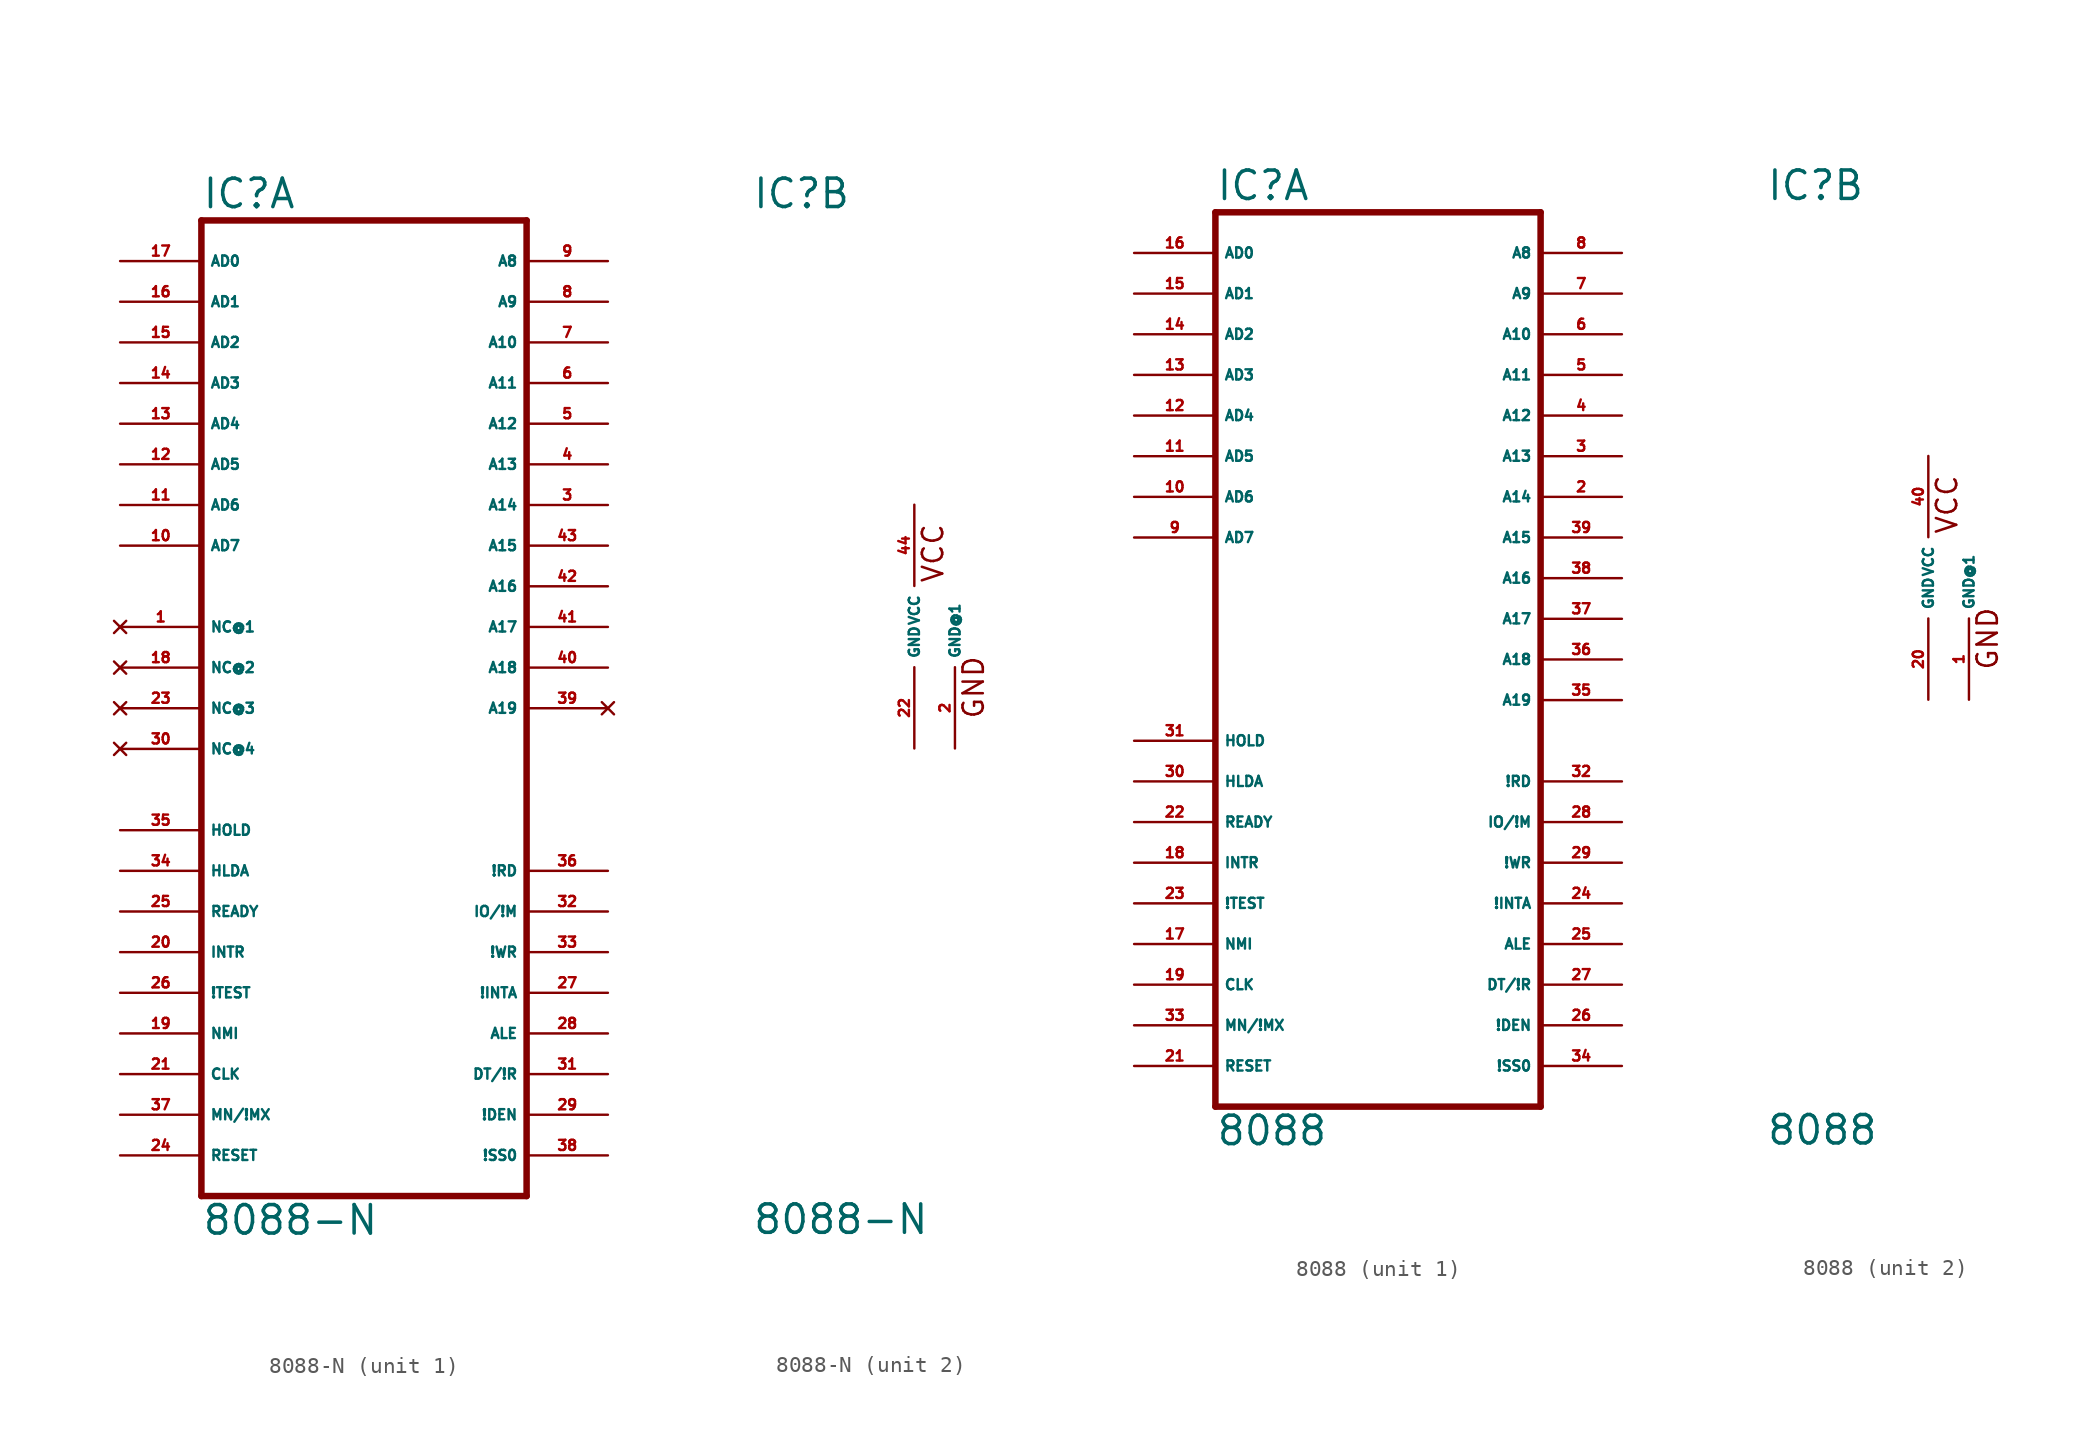
<source format=kicad_sym>
(kicad_symbol_lib
  (version 20220914)
  (generator Eagle2Kicad)
  (symbol "8088-N"
    (property "Reference" "IC"
      (at -10.16 26.035 0)
      (effects (font (size 1.778 1.778) (thickness 0.22)) (justify left bottom)))
    (property "Value" "8088-N"
      (at -10.16 -38.1 0)
      (effects (font (size 1.778 1.778) (thickness 0.22)) (justify left bottom)))
    (symbol "8088-N_1_0"
      (polyline (pts (xy -10.16 -35.56) (xy 10.16 -35.56)) (stroke (width 0.406) (type default)) (fill (type none)))
      (polyline (pts (xy 10.16 -35.56) (xy 10.16 25.4)) (stroke (width 0.406) (type default)) (fill (type none)))
      (polyline (pts (xy 10.16 25.4) (xy -10.16 25.4)) (stroke (width 0.406) (type default)) (fill (type none)))
      (polyline (pts (xy -10.16 25.4) (xy -10.16 -35.56)) (stroke (width 0.406) (type default)) (fill (type none)))
      (pin bidirectional line (at -15.24 22.86 0) (length 5.08) (name "AD0" (effects (font (size 0.635 0.635) (thickness 0.08)) (justify left bottom))) (number "17" (effects (font (size 0.635 0.635) (thickness 0.08)) (justify left bottom))))
      (pin bidirectional line (at -15.24 20.32 0) (length 5.08) (name "AD1" (effects (font (size 0.635 0.635) (thickness 0.08)) (justify left bottom))) (number "16" (effects (font (size 0.635 0.635) (thickness 0.08)) (justify left bottom))))
      (pin bidirectional line (at -15.24 17.78 0) (length 5.08) (name "AD2" (effects (font (size 0.635 0.635) (thickness 0.08)) (justify left bottom))) (number "15" (effects (font (size 0.635 0.635) (thickness 0.08)) (justify left bottom))))
      (pin bidirectional line (at -15.24 15.24 0) (length 5.08) (name "AD3" (effects (font (size 0.635 0.635) (thickness 0.08)) (justify left bottom))) (number "14" (effects (font (size 0.635 0.635) (thickness 0.08)) (justify left bottom))))
      (pin bidirectional line (at -15.24 12.7 0) (length 5.08) (name "AD4" (effects (font (size 0.635 0.635) (thickness 0.08)) (justify left bottom))) (number "13" (effects (font (size 0.635 0.635) (thickness 0.08)) (justify left bottom))))
      (pin bidirectional line (at -15.24 10.16 0) (length 5.08) (name "AD5" (effects (font (size 0.635 0.635) (thickness 0.08)) (justify left bottom))) (number "12" (effects (font (size 0.635 0.635) (thickness 0.08)) (justify left bottom))))
      (pin bidirectional line (at -15.24 7.62 0) (length 5.08) (name "AD6" (effects (font (size 0.635 0.635) (thickness 0.08)) (justify left bottom))) (number "11" (effects (font (size 0.635 0.635) (thickness 0.08)) (justify left bottom))))
      (pin bidirectional line (at -15.24 5.08 0) (length 5.08) (name "AD7" (effects (font (size 0.635 0.635) (thickness 0.08)) (justify left bottom))) (number "10" (effects (font (size 0.635 0.635) (thickness 0.08)) (justify left bottom))))
      (pin output line (at 15.24 22.86 180) (length 5.08) (name "A8" (effects (font (size 0.635 0.635) (thickness 0.08)) (justify left bottom))) (number "9" (effects (font (size 0.635 0.635) (thickness 0.08)) (justify left bottom))))
      (pin output line (at 15.24 20.32 180) (length 5.08) (name "A9" (effects (font (size 0.635 0.635) (thickness 0.08)) (justify left bottom))) (number "8" (effects (font (size 0.635 0.635) (thickness 0.08)) (justify left bottom))))
      (pin output line (at 15.24 17.78 180) (length 5.08) (name "A10" (effects (font (size 0.635 0.635) (thickness 0.08)) (justify left bottom))) (number "7" (effects (font (size 0.635 0.635) (thickness 0.08)) (justify left bottom))))
      (pin output line (at 15.24 15.24 180) (length 5.08) (name "A11" (effects (font (size 0.635 0.635) (thickness 0.08)) (justify left bottom))) (number "6" (effects (font (size 0.635 0.635) (thickness 0.08)) (justify left bottom))))
      (pin output line (at 15.24 12.7 180) (length 5.08) (name "A12" (effects (font (size 0.635 0.635) (thickness 0.08)) (justify left bottom))) (number "5" (effects (font (size 0.635 0.635) (thickness 0.08)) (justify left bottom))))
      (pin output line (at 15.24 10.16 180) (length 5.08) (name "A13" (effects (font (size 0.635 0.635) (thickness 0.08)) (justify left bottom))) (number "4" (effects (font (size 0.635 0.635) (thickness 0.08)) (justify left bottom))))
      (pin output line (at 15.24 7.62 180) (length 5.08) (name "A14" (effects (font (size 0.635 0.635) (thickness 0.08)) (justify left bottom))) (number "3" (effects (font (size 0.635 0.635) (thickness 0.08)) (justify left bottom))))
      (pin output line (at 15.24 5.08 180) (length 5.08) (name "A15" (effects (font (size 0.635 0.635) (thickness 0.08)) (justify left bottom))) (number "43" (effects (font (size 0.635 0.635) (thickness 0.08)) (justify left bottom))))
      (pin output line (at 15.24 2.54 180) (length 5.08) (name "A16" (effects (font (size 0.635 0.635) (thickness 0.08)) (justify left bottom))) (number "42" (effects (font (size 0.635 0.635) (thickness 0.08)) (justify left bottom))))
      (pin output line (at 15.24 0 180) (length 5.08) (name "A17" (effects (font (size 0.635 0.635) (thickness 0.08)) (justify left bottom))) (number "41" (effects (font (size 0.635 0.635) (thickness 0.08)) (justify left bottom))))
      (pin output line (at 15.24 -2.54 180) (length 5.08) (name "A18" (effects (font (size 0.635 0.635) (thickness 0.08)) (justify left bottom))) (number "40" (effects (font (size 0.635 0.635) (thickness 0.08)) (justify left bottom))))
      (pin no_connect line (at 15.24 -5.08 180) (length 5.08) (name "A19" (effects (font (size 0.635 0.635) (thickness 0.08)) (justify left bottom) hide)) (number "39" (effects (font (size 0.635 0.635) (thickness 0.08)) (justify left bottom) hide)))
      (pin output line (at 15.24 -15.24 180) (length 5.08) (name "!RD" (effects (font (size 0.635 0.635) (thickness 0.08)) (justify left bottom))) (number "36" (effects (font (size 0.635 0.635) (thickness 0.08)) (justify left bottom))))
      (pin input line (at -15.24 -17.78 0) (length 5.08) (name "READY" (effects (font (size 0.635 0.635) (thickness 0.08)) (justify left bottom))) (number "25" (effects (font (size 0.635 0.635) (thickness 0.08)) (justify left bottom))))
      (pin input line (at -15.24 -20.32 0) (length 5.08) (name "INTR" (effects (font (size 0.635 0.635) (thickness 0.08)) (justify left bottom))) (number "20" (effects (font (size 0.635 0.635) (thickness 0.08)) (justify left bottom))))
      (pin input line (at -15.24 -22.86 0) (length 5.08) (name "!TEST" (effects (font (size 0.635 0.635) (thickness 0.08)) (justify left bottom))) (number "26" (effects (font (size 0.635 0.635) (thickness 0.08)) (justify left bottom))))
      (pin input line (at -15.24 -25.4 0) (length 5.08) (name "NMI" (effects (font (size 0.635 0.635) (thickness 0.08)) (justify left bottom))) (number "19" (effects (font (size 0.635 0.635) (thickness 0.08)) (justify left bottom))))
      (pin input line (at -15.24 -33.02 0) (length 5.08) (name "RESET" (effects (font (size 0.635 0.635) (thickness 0.08)) (justify left bottom))) (number "24" (effects (font (size 0.635 0.635) (thickness 0.08)) (justify left bottom))))
      (pin input line (at -15.24 -27.94 0) (length 5.08) (name "CLK" (effects (font (size 0.635 0.635) (thickness 0.08)) (justify left bottom))) (number "21" (effects (font (size 0.635 0.635) (thickness 0.08)) (justify left bottom))))
      (pin input line (at -15.24 -30.48 0) (length 5.08) (name "MN/!MX" (effects (font (size 0.635 0.635) (thickness 0.08)) (justify left bottom))) (number "37" (effects (font (size 0.635 0.635) (thickness 0.08)) (justify left bottom))))
      (pin input line (at 15.24 -17.78 180) (length 5.08) (name "IO/!M" (effects (font (size 0.635 0.635) (thickness 0.08)) (justify left bottom))) (number "32" (effects (font (size 0.635 0.635) (thickness 0.08)) (justify left bottom))))
      (pin input line (at 15.24 -20.32 180) (length 5.08) (name "!WR" (effects (font (size 0.635 0.635) (thickness 0.08)) (justify left bottom))) (number "33" (effects (font (size 0.635 0.635) (thickness 0.08)) (justify left bottom))))
      (pin input line (at 15.24 -22.86 180) (length 5.08) (name "!INTA" (effects (font (size 0.635 0.635) (thickness 0.08)) (justify left bottom))) (number "27" (effects (font (size 0.635 0.635) (thickness 0.08)) (justify left bottom))))
      (pin input line (at 15.24 -25.4 180) (length 5.08) (name "ALE" (effects (font (size 0.635 0.635) (thickness 0.08)) (justify left bottom))) (number "28" (effects (font (size 0.635 0.635) (thickness 0.08)) (justify left bottom))))
      (pin input line (at 15.24 -27.94 180) (length 5.08) (name "DT/!R" (effects (font (size 0.635 0.635) (thickness 0.08)) (justify left bottom))) (number "31" (effects (font (size 0.635 0.635) (thickness 0.08)) (justify left bottom))))
      (pin input line (at 15.24 -30.48 180) (length 5.08) (name "!DEN" (effects (font (size 0.635 0.635) (thickness 0.08)) (justify left bottom))) (number "29" (effects (font (size 0.635 0.635) (thickness 0.08)) (justify left bottom))))
      (pin input line (at 15.24 -33.02 180) (length 5.08) (name "!SS0" (effects (font (size 0.635 0.635) (thickness 0.08)) (justify left bottom))) (number "38" (effects (font (size 0.635 0.635) (thickness 0.08)) (justify left bottom))))
      (pin bidirectional line (at -15.24 -12.7 0) (length 5.08) (name "HOLD" (effects (font (size 0.635 0.635) (thickness 0.08)) (justify left bottom))) (number "35" (effects (font (size 0.635 0.635) (thickness 0.08)) (justify left bottom))))
      (pin bidirectional line (at -15.24 -15.24 0) (length 5.08) (name "HLDA" (effects (font (size 0.635 0.635) (thickness 0.08)) (justify left bottom))) (number "34" (effects (font (size 0.635 0.635) (thickness 0.08)) (justify left bottom))))
      (pin no_connect line (at -15.24 0 0) (length 5.08) (name "NC@1" (effects (font (size 0.635 0.635) (thickness 0.08)) (justify left bottom) hide)) (number "1" (effects (font (size 0.635 0.635) (thickness 0.08)) (justify left bottom) hide)))
      (pin no_connect line (at -15.24 -2.54 0) (length 5.08) (name "NC@2" (effects (font (size 0.635 0.635) (thickness 0.08)) (justify left bottom) hide)) (number "18" (effects (font (size 0.635 0.635) (thickness 0.08)) (justify left bottom) hide)))
      (pin no_connect line (at -15.24 -5.08 0) (length 5.08) (name "NC@3" (effects (font (size 0.635 0.635) (thickness 0.08)) (justify left bottom) hide)) (number "23" (effects (font (size 0.635 0.635) (thickness 0.08)) (justify left bottom) hide)))
      (pin no_connect line (at -15.24 -7.62 0) (length 5.08) (name "NC@4" (effects (font (size 0.635 0.635) (thickness 0.08)) (justify left bottom) hide)) (number "30" (effects (font (size 0.635 0.635) (thickness 0.08)) (justify left bottom) hide))))
    (symbol "8088-N_2_0"
      (text "VCC" (at 1.905 2.667 900) (effects (font (size 1.27 1.27) (thickness 0.16)) (justify left bottom)))
      (text "GND" (at 4.445 -5.842 900) (effects (font (size 1.27 1.27) (thickness 0.16)) (justify left bottom)))
      (pin unspecified line (at 0 7.62 270) (length 5.08) (name "VCC" (effects (font (size 0.635 0.635) (thickness 0.08)) (justify left bottom))) (number "44" (effects (font (size 0.635 0.635) (thickness 0.08)) (justify left bottom))))
      (pin unspecified line (at 2.54 -7.62 90) (length 5.08) (name "GND@1" (effects (font (size 0.635 0.635) (thickness 0.08)) (justify left bottom))) (number "2" (effects (font (size 0.635 0.635) (thickness 0.08)) (justify left bottom))))
      (pin unspecified line (at 0 -7.62 90) (length 5.08) (name "GND" (effects (font (size 0.635 0.635) (thickness 0.08)) (justify left bottom))) (number "22" (effects (font (size 0.635 0.635) (thickness 0.08)) (justify left bottom))))))
  (symbol "8088"
    (property "Reference" "IC"
      (at -10.16 23.495 0)
      (effects (font (size 1.778 1.778) (thickness 0.22)) (justify left bottom)))
    (property "Value" "8088"
      (at -10.16 -35.56 0)
      (effects (font (size 1.778 1.778) (thickness 0.22)) (justify left bottom)))
    (symbol "8088_1_0"
      (polyline (pts (xy -10.16 -33.02) (xy 10.16 -33.02)) (stroke (width 0.406) (type default)) (fill (type none)))
      (polyline (pts (xy 10.16 -33.02) (xy 10.16 22.86)) (stroke (width 0.406) (type default)) (fill (type none)))
      (polyline (pts (xy 10.16 22.86) (xy -10.16 22.86)) (stroke (width 0.406) (type default)) (fill (type none)))
      (polyline (pts (xy -10.16 22.86) (xy -10.16 -33.02)) (stroke (width 0.406) (type default)) (fill (type none)))
      (pin bidirectional line (at -15.24 20.32 0) (length 5.08) (name "AD0" (effects (font (size 0.635 0.635) (thickness 0.08)) (justify left bottom))) (number "16" (effects (font (size 0.635 0.635) (thickness 0.08)) (justify left bottom))))
      (pin bidirectional line (at -15.24 17.78 0) (length 5.08) (name "AD1" (effects (font (size 0.635 0.635) (thickness 0.08)) (justify left bottom))) (number "15" (effects (font (size 0.635 0.635) (thickness 0.08)) (justify left bottom))))
      (pin bidirectional line (at -15.24 15.24 0) (length 5.08) (name "AD2" (effects (font (size 0.635 0.635) (thickness 0.08)) (justify left bottom))) (number "14" (effects (font (size 0.635 0.635) (thickness 0.08)) (justify left bottom))))
      (pin bidirectional line (at -15.24 12.7 0) (length 5.08) (name "AD3" (effects (font (size 0.635 0.635) (thickness 0.08)) (justify left bottom))) (number "13" (effects (font (size 0.635 0.635) (thickness 0.08)) (justify left bottom))))
      (pin bidirectional line (at -15.24 10.16 0) (length 5.08) (name "AD4" (effects (font (size 0.635 0.635) (thickness 0.08)) (justify left bottom))) (number "12" (effects (font (size 0.635 0.635) (thickness 0.08)) (justify left bottom))))
      (pin bidirectional line (at -15.24 7.62 0) (length 5.08) (name "AD5" (effects (font (size 0.635 0.635) (thickness 0.08)) (justify left bottom))) (number "11" (effects (font (size 0.635 0.635) (thickness 0.08)) (justify left bottom))))
      (pin bidirectional line (at -15.24 5.08 0) (length 5.08) (name "AD6" (effects (font (size 0.635 0.635) (thickness 0.08)) (justify left bottom))) (number "10" (effects (font (size 0.635 0.635) (thickness 0.08)) (justify left bottom))))
      (pin bidirectional line (at -15.24 2.54 0) (length 5.08) (name "AD7" (effects (font (size 0.635 0.635) (thickness 0.08)) (justify left bottom))) (number "9" (effects (font (size 0.635 0.635) (thickness 0.08)) (justify left bottom))))
      (pin output line (at 15.24 20.32 180) (length 5.08) (name "A8" (effects (font (size 0.635 0.635) (thickness 0.08)) (justify left bottom))) (number "8" (effects (font (size 0.635 0.635) (thickness 0.08)) (justify left bottom))))
      (pin output line (at 15.24 17.78 180) (length 5.08) (name "A9" (effects (font (size 0.635 0.635) (thickness 0.08)) (justify left bottom))) (number "7" (effects (font (size 0.635 0.635) (thickness 0.08)) (justify left bottom))))
      (pin output line (at 15.24 15.24 180) (length 5.08) (name "A10" (effects (font (size 0.635 0.635) (thickness 0.08)) (justify left bottom))) (number "6" (effects (font (size 0.635 0.635) (thickness 0.08)) (justify left bottom))))
      (pin output line (at 15.24 12.7 180) (length 5.08) (name "A11" (effects (font (size 0.635 0.635) (thickness 0.08)) (justify left bottom))) (number "5" (effects (font (size 0.635 0.635) (thickness 0.08)) (justify left bottom))))
      (pin output line (at 15.24 10.16 180) (length 5.08) (name "A12" (effects (font (size 0.635 0.635) (thickness 0.08)) (justify left bottom))) (number "4" (effects (font (size 0.635 0.635) (thickness 0.08)) (justify left bottom))))
      (pin output line (at 15.24 7.62 180) (length 5.08) (name "A13" (effects (font (size 0.635 0.635) (thickness 0.08)) (justify left bottom))) (number "3" (effects (font (size 0.635 0.635) (thickness 0.08)) (justify left bottom))))
      (pin output line (at 15.24 5.08 180) (length 5.08) (name "A14" (effects (font (size 0.635 0.635) (thickness 0.08)) (justify left bottom))) (number "2" (effects (font (size 0.635 0.635) (thickness 0.08)) (justify left bottom))))
      (pin output line (at 15.24 2.54 180) (length 5.08) (name "A15" (effects (font (size 0.635 0.635) (thickness 0.08)) (justify left bottom))) (number "39" (effects (font (size 0.635 0.635) (thickness 0.08)) (justify left bottom))))
      (pin output line (at 15.24 0 180) (length 5.08) (name "A16" (effects (font (size 0.635 0.635) (thickness 0.08)) (justify left bottom))) (number "38" (effects (font (size 0.635 0.635) (thickness 0.08)) (justify left bottom))))
      (pin output line (at 15.24 -2.54 180) (length 5.08) (name "A17" (effects (font (size 0.635 0.635) (thickness 0.08)) (justify left bottom))) (number "37" (effects (font (size 0.635 0.635) (thickness 0.08)) (justify left bottom))))
      (pin output line (at 15.24 -5.08 180) (length 5.08) (name "A18" (effects (font (size 0.635 0.635) (thickness 0.08)) (justify left bottom))) (number "36" (effects (font (size 0.635 0.635) (thickness 0.08)) (justify left bottom))))
      (pin output line (at 15.24 -7.62 180) (length 5.08) (name "A19" (effects (font (size 0.635 0.635) (thickness 0.08)) (justify left bottom))) (number "35" (effects (font (size 0.635 0.635) (thickness 0.08)) (justify left bottom))))
      (pin output line (at 15.24 -12.7 180) (length 5.08) (name "!RD" (effects (font (size 0.635 0.635) (thickness 0.08)) (justify left bottom))) (number "32" (effects (font (size 0.635 0.635) (thickness 0.08)) (justify left bottom))))
      (pin input line (at -15.24 -15.24 0) (length 5.08) (name "READY" (effects (font (size 0.635 0.635) (thickness 0.08)) (justify left bottom))) (number "22" (effects (font (size 0.635 0.635) (thickness 0.08)) (justify left bottom))))
      (pin input line (at -15.24 -17.78 0) (length 5.08) (name "INTR" (effects (font (size 0.635 0.635) (thickness 0.08)) (justify left bottom))) (number "18" (effects (font (size 0.635 0.635) (thickness 0.08)) (justify left bottom))))
      (pin input line (at -15.24 -20.32 0) (length 5.08) (name "!TEST" (effects (font (size 0.635 0.635) (thickness 0.08)) (justify left bottom))) (number "23" (effects (font (size 0.635 0.635) (thickness 0.08)) (justify left bottom))))
      (pin input line (at -15.24 -22.86 0) (length 5.08) (name "NMI" (effects (font (size 0.635 0.635) (thickness 0.08)) (justify left bottom))) (number "17" (effects (font (size 0.635 0.635) (thickness 0.08)) (justify left bottom))))
      (pin input line (at -15.24 -30.48 0) (length 5.08) (name "RESET" (effects (font (size 0.635 0.635) (thickness 0.08)) (justify left bottom))) (number "21" (effects (font (size 0.635 0.635) (thickness 0.08)) (justify left bottom))))
      (pin input line (at -15.24 -25.4 0) (length 5.08) (name "CLK" (effects (font (size 0.635 0.635) (thickness 0.08)) (justify left bottom))) (number "19" (effects (font (size 0.635 0.635) (thickness 0.08)) (justify left bottom))))
      (pin input line (at -15.24 -27.94 0) (length 5.08) (name "MN/!MX" (effects (font (size 0.635 0.635) (thickness 0.08)) (justify left bottom))) (number "33" (effects (font (size 0.635 0.635) (thickness 0.08)) (justify left bottom))))
      (pin input line (at 15.24 -15.24 180) (length 5.08) (name "IO/!M" (effects (font (size 0.635 0.635) (thickness 0.08)) (justify left bottom))) (number "28" (effects (font (size 0.635 0.635) (thickness 0.08)) (justify left bottom))))
      (pin input line (at 15.24 -17.78 180) (length 5.08) (name "!WR" (effects (font (size 0.635 0.635) (thickness 0.08)) (justify left bottom))) (number "29" (effects (font (size 0.635 0.635) (thickness 0.08)) (justify left bottom))))
      (pin input line (at 15.24 -20.32 180) (length 5.08) (name "!INTA" (effects (font (size 0.635 0.635) (thickness 0.08)) (justify left bottom))) (number "24" (effects (font (size 0.635 0.635) (thickness 0.08)) (justify left bottom))))
      (pin input line (at 15.24 -22.86 180) (length 5.08) (name "ALE" (effects (font (size 0.635 0.635) (thickness 0.08)) (justify left bottom))) (number "25" (effects (font (size 0.635 0.635) (thickness 0.08)) (justify left bottom))))
      (pin input line (at 15.24 -25.4 180) (length 5.08) (name "DT/!R" (effects (font (size 0.635 0.635) (thickness 0.08)) (justify left bottom))) (number "27" (effects (font (size 0.635 0.635) (thickness 0.08)) (justify left bottom))))
      (pin input line (at 15.24 -27.94 180) (length 5.08) (name "!DEN" (effects (font (size 0.635 0.635) (thickness 0.08)) (justify left bottom))) (number "26" (effects (font (size 0.635 0.635) (thickness 0.08)) (justify left bottom))))
      (pin input line (at 15.24 -30.48 180) (length 5.08) (name "!SS0" (effects (font (size 0.635 0.635) (thickness 0.08)) (justify left bottom))) (number "34" (effects (font (size 0.635 0.635) (thickness 0.08)) (justify left bottom))))
      (pin bidirectional line (at -15.24 -10.16 0) (length 5.08) (name "HOLD" (effects (font (size 0.635 0.635) (thickness 0.08)) (justify left bottom))) (number "31" (effects (font (size 0.635 0.635) (thickness 0.08)) (justify left bottom))))
      (pin bidirectional line (at -15.24 -12.7 0) (length 5.08) (name "HLDA" (effects (font (size 0.635 0.635) (thickness 0.08)) (justify left bottom))) (number "30" (effects (font (size 0.635 0.635) (thickness 0.08)) (justify left bottom)))))
    (symbol "8088_2_0"
      (text "VCC" (at 1.905 2.667 900) (effects (font (size 1.27 1.27) (thickness 0.16)) (justify left bottom)))
      (text "GND" (at 4.445 -5.842 900) (effects (font (size 1.27 1.27) (thickness 0.16)) (justify left bottom)))
      (pin unspecified line (at 0 7.62 270) (length 5.08) (name "VCC" (effects (font (size 0.635 0.635) (thickness 0.08)) (justify left bottom))) (number "40" (effects (font (size 0.635 0.635) (thickness 0.08)) (justify left bottom))))
      (pin unspecified line (at 2.54 -7.62 90) (length 5.08) (name "GND@1" (effects (font (size 0.635 0.635) (thickness 0.08)) (justify left bottom))) (number "1" (effects (font (size 0.635 0.635) (thickness 0.08)) (justify left bottom))))
      (pin unspecified line (at 0 -7.62 90) (length 5.08) (name "GND" (effects (font (size 0.635 0.635) (thickness 0.08)) (justify left bottom))) (number "20" (effects (font (size 0.635 0.635) (thickness 0.08)) (justify left bottom)))))))
</source>
